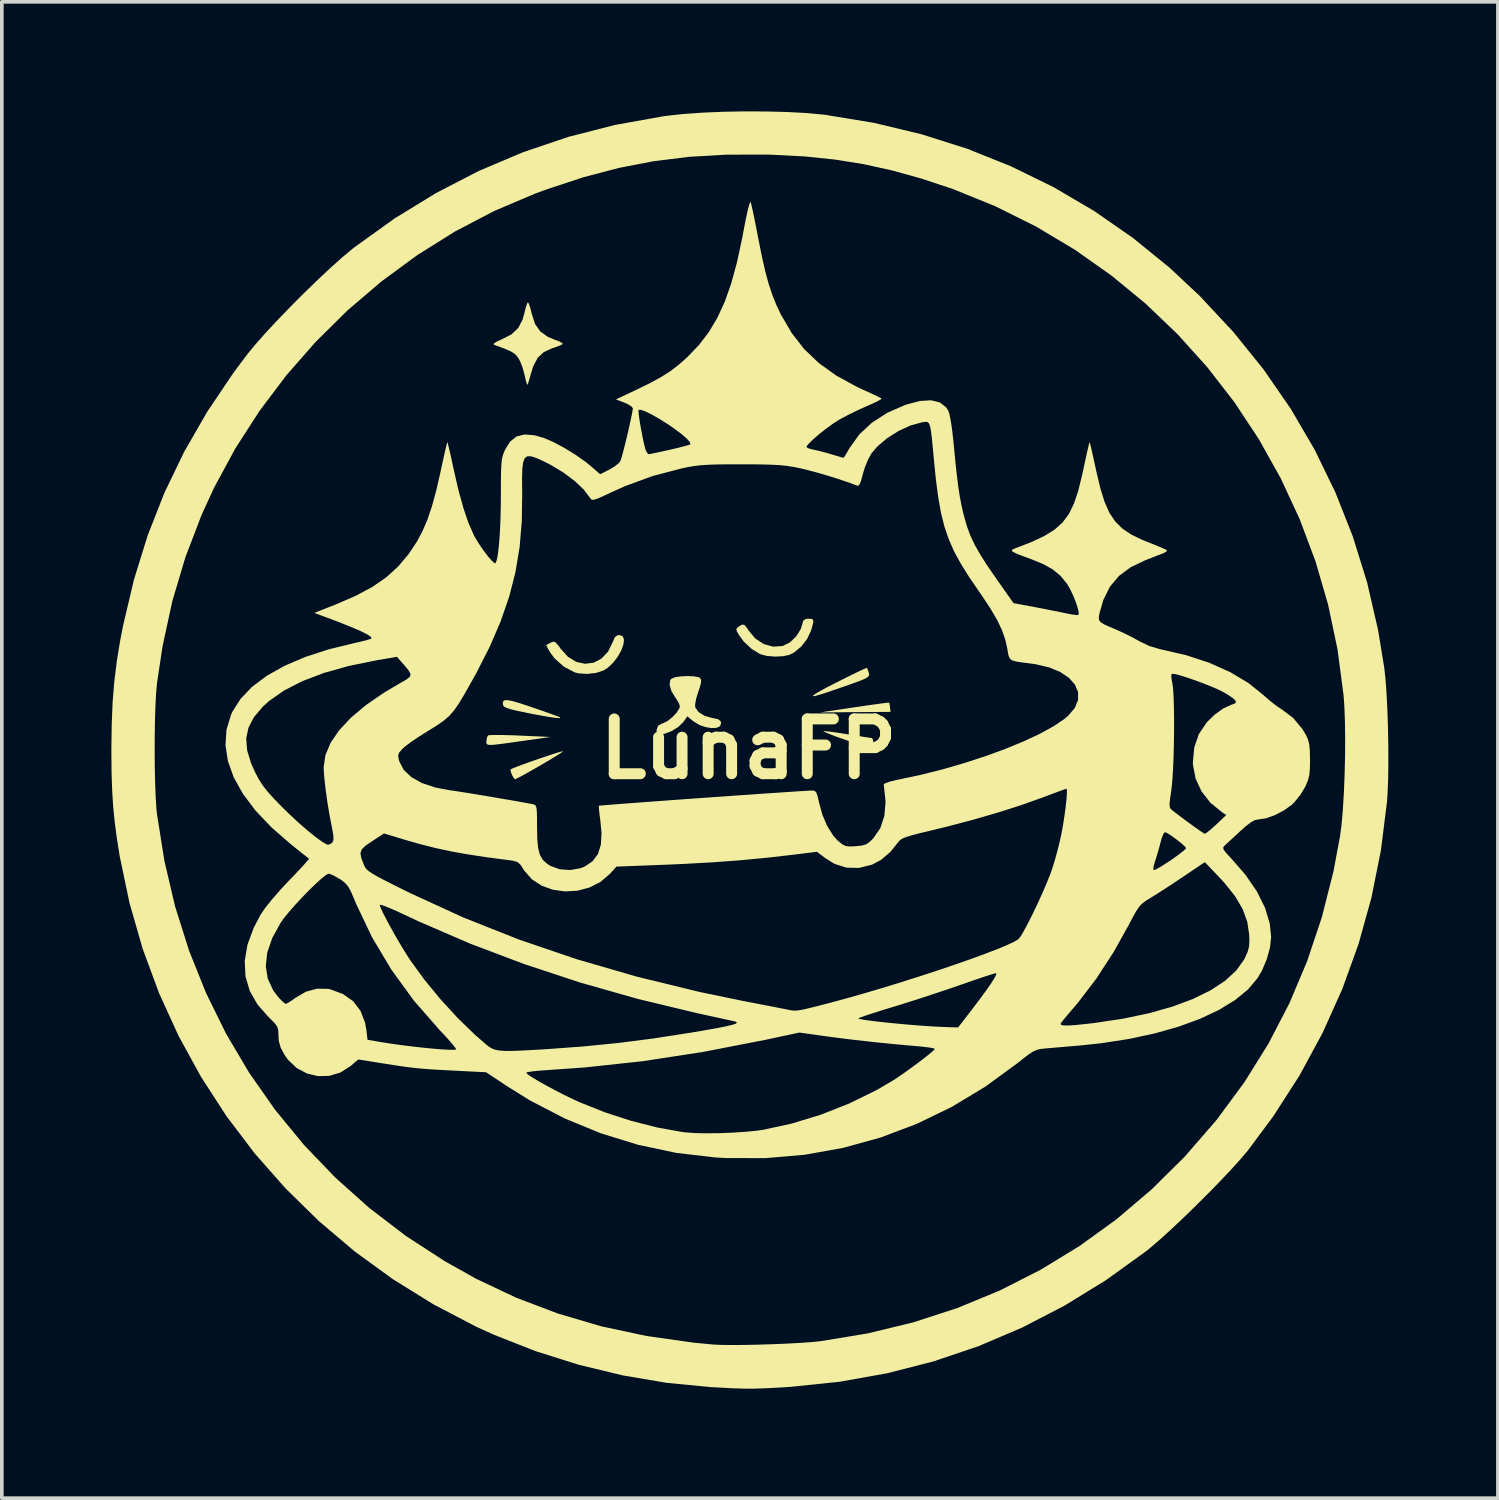
<source format=kicad_pcb>
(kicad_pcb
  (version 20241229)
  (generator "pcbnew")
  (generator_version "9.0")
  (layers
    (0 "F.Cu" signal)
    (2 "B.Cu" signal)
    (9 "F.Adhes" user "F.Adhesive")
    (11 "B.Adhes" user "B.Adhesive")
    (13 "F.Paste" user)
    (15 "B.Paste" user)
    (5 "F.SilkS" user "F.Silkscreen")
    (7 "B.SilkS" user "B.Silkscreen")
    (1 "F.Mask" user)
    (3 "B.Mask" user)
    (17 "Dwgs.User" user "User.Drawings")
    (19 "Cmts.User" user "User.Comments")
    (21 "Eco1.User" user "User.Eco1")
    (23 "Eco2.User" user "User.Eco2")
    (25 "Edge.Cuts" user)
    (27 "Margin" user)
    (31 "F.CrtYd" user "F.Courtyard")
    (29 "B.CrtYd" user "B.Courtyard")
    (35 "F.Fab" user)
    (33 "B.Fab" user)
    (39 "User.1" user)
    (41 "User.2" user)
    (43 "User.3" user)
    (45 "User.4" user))
  (footprint "LunaFP"
    (layer "F.Cu")
    (at 17.448 17.458)
    (property "Reference" "LunaFP" (at 0 0 0) (layer "F.SilkS") (effects (font (size 1.5 1.5) (thickness 0.3))))
    (attr board_only exclude_from_pos_files exclude_from_bom)
    (fp_poly (pts (xy 3.848 -1.268) (xy 3.862 -1.216) (xy 3.873 -1.136) (xy 3.887 -1.015) (xy 2.921 -1.008) (xy 1.956 -1) (xy 2.896 -1.14) (xy 3.188 -1.183) (xy 3.445 -1.219) (xy 3.65 -1.247) (xy 3.789 -1.264) (xy 3.847 -1.269)) (stroke (width 0) (type solid)) (fill yes) (layer "F.SilkS"))
    (fp_poly (pts (xy -6.71 -0.381) (xy -6.455 -0.374) (xy -6.25 -0.365) (xy -5.422 -0.328) (xy -6.214 -0.216) (xy -6.544 -0.169) (xy -6.789 -0.136) (xy -6.961 -0.116) (xy -7.074 -0.109) (xy -7.139 -0.116) (xy -7.17 -0.137) (xy -7.179 -0.172) (xy -7.179 -0.22) (xy -7.179 -0.22) (xy -7.161 -0.325) (xy -7.129 -0.372) (xy -7.065 -0.38) (xy -6.92 -0.383)) (stroke (width 0) (type solid)) (fill yes) (layer "F.SilkS"))
    (fp_poly (pts (xy -6.5 -1.319) (xy -6.306 -1.265) (xy -6.035 -1.177) (xy -5.913 -1.135) (xy -5.66 -1.047) (xy -5.441 -0.97) (xy -5.274 -0.909) (xy -5.174 -0.871) (xy -5.153 -0.861) (xy -5.17 -0.844) (xy -5.281 -0.85) (xy -5.483 -0.879) (xy -5.774 -0.931) (xy -6.04 -0.982) (xy -6.315 -1.039) (xy -6.507 -1.085) (xy -6.63 -1.124) (xy -6.697 -1.161) (xy -6.724 -1.202) (xy -6.725 -1.207) (xy -6.73 -1.282) (xy -6.701 -1.326) (xy -6.628 -1.339)) (stroke (width 0) (type solid)) (fill yes) (layer "F.SilkS"))
    (fp_poly (pts (xy -5.083 0.063) (xy -5.111 0.09) (xy -5.209 0.155) (xy -5.359 0.248) (xy -5.545 0.359) (xy -5.749 0.478) (xy -5.955 0.596) (xy -6.145 0.703) (xy -6.304 0.787) (xy -6.39 0.831) (xy -6.429 0.801) (xy -6.479 0.713) (xy -6.516 0.613) (xy -6.52 0.562) (xy -6.462 0.533) (xy -6.331 0.481) (xy -6.148 0.413) (xy -5.933 0.336) (xy -5.706 0.257) (xy -5.488 0.184) (xy -5.299 0.122) (xy -5.158 0.079) (xy -5.087 0.063)) (stroke (width 0) (type solid)) (fill yes) (layer "F.SilkS"))
    (fp_poly (pts (xy 2.141 -0.484) (xy 2.301 -0.464) (xy 2.513 -0.433) (xy 2.748 -0.396) (xy 2.98 -0.358) (xy 3.176 -0.327) (xy 3.316 -0.306) (xy 3.379 -0.298) (xy 3.379 -0.298) (xy 3.407 -0.255) (xy 3.416 -0.176) (xy 3.403 -0.076) (xy 3.379 -0.034) (xy 3.322 -0.042) (xy 3.188 -0.078) (xy 2.996 -0.136) (xy 2.763 -0.212) (xy 2.649 -0.25) (xy 2.415 -0.332) (xy 2.229 -0.403) (xy 2.102 -0.455) (xy 2.049 -0.485) (xy 2.055 -0.49)) (stroke (width 0) (type solid)) (fill yes) (layer "F.SilkS"))
    (fp_poly (pts (xy 3.265 -2.165) (xy 3.29 -2.091) (xy 3.301 -2.044) (xy 3.294 -2.004) (xy 3.258 -1.965) (xy 3.181 -1.921) (xy 3.051 -1.866) (xy 2.857 -1.795) (xy 2.587 -1.7) (xy 2.407 -1.638) (xy 2.119 -1.54) (xy 1.918 -1.477) (xy 1.799 -1.446) (xy 1.758 -1.448) (xy 1.789 -1.482) (xy 1.872 -1.536) (xy 1.986 -1.601) (xy 2.151 -1.689) (xy 2.351 -1.792) (xy 2.566 -1.901) (xy 2.779 -2.007) (xy 2.97 -2.1) (xy 3.123 -2.172) (xy 3.219 -2.213) (xy 3.242 -2.219)) (stroke (width 0) (type solid)) (fill yes) (layer "F.SilkS"))
    (fp_poly (pts (xy -3.445 -3.085) (xy -3.412 -2.992) (xy -3.428 -2.857) (xy -3.487 -2.696) (xy -3.582 -2.527) (xy -3.704 -2.366) (xy -3.847 -2.23) (xy -3.966 -2.152) (xy -4.174 -2.082) (xy -4.422 -2.054) (xy -4.661 -2.07) (xy -4.766 -2.098) (xy -5.059 -2.254) (xy -5.312 -2.48) (xy -5.427 -2.633) (xy -5.497 -2.751) (xy -5.535 -2.829) (xy -5.537 -2.845) (xy -5.485 -2.875) (xy -5.412 -2.915) (xy -5.343 -2.939) (xy -5.285 -2.918) (xy -5.213 -2.837) (xy -5.149 -2.748) (xy -4.946 -2.523) (xy -4.718 -2.385) (xy -4.48 -2.332) (xy -4.245 -2.361) (xy -4.031 -2.472) (xy -3.85 -2.662) (xy -3.719 -2.93) (xy -3.717 -2.934) (xy -3.661 -3.06) (xy -3.591 -3.113) (xy -3.536 -3.119)) (stroke (width 0) (type solid)) (fill yes) (layer "F.SilkS"))
    (fp_poly (pts (xy 1.726 -3.561) (xy 1.768 -3.536) (xy 1.771 -3.467) (xy 1.738 -3.336) (xy 1.71 -3.239) (xy 1.605 -3.015) (xy 1.443 -2.806) (xy 1.249 -2.643) (xy 1.123 -2.578) (xy 0.941 -2.539) (xy 0.715 -2.529) (xy 0.491 -2.549) (xy 0.322 -2.594) (xy 0.085 -2.738) (xy -0.133 -2.942) (xy -0.253 -3.104) (xy -0.32 -3.218) (xy -0.335 -3.281) (xy -0.301 -3.326) (xy -0.271 -3.349) (xy -0.182 -3.403) (xy -0.118 -3.398) (xy -0.05 -3.322) (xy -0.001 -3.244) (xy 0.185 -3.023) (xy 0.415 -2.872) (xy 0.669 -2.801) (xy 0.928 -2.819) (xy 0.937 -2.821) (xy 1.13 -2.917) (xy 1.302 -3.08) (xy 1.426 -3.278) (xy 1.466 -3.403) (xy 1.5 -3.516) (xy 1.566 -3.559) (xy 1.639 -3.565)) (stroke (width 0) (type solid)) (fill yes) (layer "F.SilkS"))
    (fp_poly (pts (xy -6.013 -12.185) (xy -5.975 -12.07) (xy -5.94 -11.925) (xy -5.849 -11.641) (xy -5.705 -11.433) (xy -5.495 -11.283) (xy -5.326 -11.213) (xy -5.186 -11.159) (xy -5.101 -11.112) (xy -5.088 -11.087) (xy -5.152 -11.054) (xy -5.279 -11.005) (xy -5.385 -10.969) (xy -5.608 -10.866) (xy -5.773 -10.712) (xy -5.893 -10.489) (xy -5.959 -10.281) (xy -6.002 -10.125) (xy -6.037 -10.011) (xy -6.055 -9.97) (xy -6.075 -10.003) (xy -6.105 -10.109) (xy -6.134 -10.242) (xy -6.186 -10.435) (xy -6.256 -10.615) (xy -6.303 -10.701) (xy -6.361 -10.777) (xy -6.432 -10.839) (xy -6.534 -10.898) (xy -6.686 -10.963) (xy -6.909 -11.045) (xy -6.98 -11.071) (xy -6.98 -11.1) (xy -6.897 -11.153) (xy -6.758 -11.216) (xy -6.492 -11.353) (xy -6.308 -11.527) (xy -6.188 -11.757) (xy -6.139 -11.936) (xy -6.101 -12.09) (xy -6.064 -12.197) (xy -6.041 -12.23)) (stroke (width 0) (type solid)) (fill yes) (layer "F.SilkS"))
    (fp_poly (pts (xy -1.507 -1.989) (xy -1.375 -1.966) (xy -1.328 -1.942) (xy -1.299 -1.889) (xy -1.304 -1.803) (xy -1.344 -1.661) (xy -1.379 -1.56) (xy -1.437 -1.37) (xy -1.464 -1.216) (xy -1.461 -1.139) (xy -1.372 -1.011) (xy -1.209 -0.909) (xy -0.994 -0.847) (xy -0.971 -0.844) (xy -0.833 -0.814) (xy -0.768 -0.761) (xy -0.752 -0.712) (xy -0.779 -0.625) (xy -0.874 -0.579) (xy -1.016 -0.571) (xy -1.184 -0.599) (xy -1.358 -0.662) (xy -1.515 -0.759) (xy -1.529 -0.77) (xy -1.675 -0.893) (xy -1.786 -0.738) (xy -1.923 -0.603) (xy -2.111 -0.487) (xy -2.308 -0.413) (xy -2.417 -0.397) (xy -2.499 -0.413) (xy -2.52 -0.482) (xy -2.516 -0.529) (xy -2.478 -0.635) (xy -2.376 -0.694) (xy -2.345 -0.703) (xy -2.22 -0.763) (xy -2.086 -0.871) (xy -1.968 -0.997) (xy -1.894 -1.116) (xy -1.881 -1.169) (xy -1.91 -1.254) (xy -1.981 -1.373) (xy -2.005 -1.406) (xy -2.113 -1.585) (xy -2.162 -1.75) (xy -2.147 -1.879) (xy -2.112 -1.924) (xy -2.017 -1.963) (xy -1.861 -1.987) (xy -1.68 -1.996)) (stroke (width 0) (type solid)) (fill yes) (layer "F.SilkS"))
    (fp_poly (pts (xy 0.463 -17.456) (xy 1.029 -17.442) (xy 1.549 -17.415) (xy 2 -17.375) (xy 2.104 -17.363) (xy 3.437 -17.143) (xy 4.731 -16.833) (xy 5.984 -16.436) (xy 7.192 -15.951) (xy 8.355 -15.381) (xy 9.468 -14.727) (xy 10.53 -13.989) (xy 11.538 -13.169) (xy 12.355 -12.403) (xy 13.273 -11.419) (xy 14.104 -10.389) (xy 14.847 -9.312) (xy 15.503 -8.19) (xy 16.069 -7.024) (xy 16.547 -5.814) (xy 16.936 -4.562) (xy 17.235 -3.268) (xy 17.406 -2.228) (xy 17.441 -1.912) (xy 17.469 -1.519) (xy 17.492 -1.072) (xy 17.508 -0.593) (xy 17.517 -0.104) (xy 17.519 0.374) (xy 17.513 0.817) (xy 17.498 1.203) (xy 17.482 1.441) (xy 17.315 2.776) (xy 17.054 4.078) (xy 16.7 5.348) (xy 16.254 6.582) (xy 15.716 7.779) (xy 15.088 8.938) (xy 14.369 10.057) (xy 13.674 10.992) (xy 13.478 11.225) (xy 13.222 11.508) (xy 12.921 11.827) (xy 12.589 12.167) (xy 12.242 12.513) (xy 11.894 12.851) (xy 11.559 13.166) (xy 11.254 13.443) (xy 10.991 13.668) (xy 10.881 13.756) (xy 9.788 14.544) (xy 8.658 15.24) (xy 7.494 15.843) (xy 6.295 16.354) (xy 5.061 16.771) (xy 3.793 17.096) (xy 2.491 17.328) (xy 1.154 17.467) (xy 0.99 17.478) (xy 0.652 17.497) (xy 0.375 17.51) (xy 0.135 17.517) (xy -0.096 17.517) (xy -0.344 17.51) (xy -0.636 17.496) (xy -0.997 17.476) (xy -1.04 17.474) (xy -2.239 17.358) (xy -3.45 17.153) (xy -4.654 16.862) (xy -5.835 16.489) (xy -6.975 16.04) (xy -7.466 15.817) (xy -8.632 15.207) (xy -9.741 14.519) (xy -10.787 13.758) (xy -11.769 12.926) (xy -12.684 12.028) (xy -13.529 11.069) (xy -14.3 10.05) (xy -14.994 8.978) (xy -15.61 7.855) (xy -16.143 6.686) (xy -16.591 5.473) (xy -16.951 4.222) (xy -17.22 2.937) (xy -17.227 2.896) (xy -17.302 2.42) (xy -17.359 1.985) (xy -17.4 1.563) (xy -17.427 1.129) (xy -17.443 0.655) (xy -17.448 0.114) (xy -17.448 0.092) (xy -16.263 0.092) (xy -16.259 0.541) (xy -16.249 0.964) (xy -16.234 1.341) (xy -16.213 1.652) (xy -16.2 1.782) (xy -15.996 3.066) (xy -15.703 4.313) (xy -15.322 5.521) (xy -14.855 6.685) (xy -14.305 7.802) (xy -13.674 8.869) (xy -12.964 9.882) (xy -12.179 10.838) (xy -11.319 11.734) (xy -10.389 12.566) (xy -9.389 13.331) (xy -8.322 14.025) (xy -7.458 14.509) (xy -6.362 15.027) (xy -5.221 15.46) (xy -4.032 15.81) (xy -2.793 16.075) (xy -1.503 16.258) (xy -0.965 16.309) (xy -0.75 16.319) (xy -0.458 16.322) (xy -0.109 16.32) (xy 0.275 16.312) (xy 0.673 16.299) (xy 1.063 16.283) (xy 1.425 16.263) (xy 1.736 16.241) (xy 1.976 16.216) (xy 3.262 16.004) (xy 4.508 15.702) (xy 5.714 15.31) (xy 6.875 14.831) (xy 7.99 14.265) (xy 9.057 13.614) (xy 10.073 12.88) (xy 11.035 12.062) (xy 11.943 11.163) (xy 12.792 10.185) (xy 12.836 10.13) (xy 13.579 9.123) (xy 14.236 8.068) (xy 14.808 6.966) (xy 15.294 5.814) (xy 15.696 4.612) (xy 16.014 3.358) (xy 16.195 2.394) (xy 16.237 2.072) (xy 16.272 1.672) (xy 16.3 1.216) (xy 16.32 0.725) (xy 16.333 0.22) (xy 16.336 -0.278) (xy 16.33 -0.748) (xy 16.314 -1.167) (xy 16.292 -1.473) (xy 16.126 -2.729) (xy 15.868 -3.954) (xy 15.521 -5.145) (xy 15.088 -6.298) (xy 14.572 -7.409) (xy 13.977 -8.474) (xy 13.307 -9.489) (xy 12.563 -10.45) (xy 11.75 -11.353) (xy 10.871 -12.194) (xy 9.928 -12.969) (xy 8.926 -13.675) (xy 7.867 -14.307) (xy 6.754 -14.861) (xy 5.592 -15.333) (xy 4.74 -15.616) (xy 3.933 -15.84) (xy 3.15 -16.013) (xy 2.362 -16.139) (xy 1.543 -16.224) (xy 0.663 -16.27) (xy 0.463 -16.275) (xy -0.612 -16.273) (xy -1.625 -16.214) (xy -2.599 -16.094) (xy -3.556 -15.909) (xy -4.518 -15.656) (xy -5.508 -15.33) (xy -5.867 -15.198) (xy -6.973 -14.727) (xy -8.043 -14.167) (xy -9.071 -13.523) (xy -10.053 -12.802) (xy -10.982 -12.009) (xy -11.853 -11.148) (xy -12.66 -10.227) (xy -13.396 -9.25) (xy -14.057 -8.223) (xy -14.637 -7.151) (xy -14.977 -6.411) (xy -15.422 -5.248) (xy -15.779 -4.048) (xy -16.048 -2.806) (xy -16.198 -1.807) (xy -16.222 -1.542) (xy -16.241 -1.199) (xy -16.254 -0.798) (xy -16.261 -0.361) (xy -16.263 0.092) (xy -17.448 0.092) (xy -17.448 0) (xy -17.439 -0.676) (xy -17.414 -1.283) (xy -17.368 -1.849) (xy -17.3 -2.402) (xy -17.207 -2.97) (xy -17.129 -3.372) (xy -16.829 -4.64) (xy -16.453 -5.851) (xy -15.997 -7.012) (xy -15.457 -8.133) (xy -14.829 -9.225) (xy -14.109 -10.295) (xy -13.736 -10.794) (xy -13.518 -11.061) (xy -13.24 -11.376) (xy -12.915 -11.726) (xy -12.56 -12.094) (xy -12.19 -12.466) (xy -11.818 -12.826) (xy -11.462 -13.161) (xy -11.134 -13.454) (xy -10.851 -13.691) (xy -10.794 -13.736) (xy -9.697 -14.524) (xy -8.562 -15.22) (xy -7.391 -15.825) (xy -6.182 -16.338) (xy -4.938 -16.759) (xy -3.657 -17.087) (xy -2.342 -17.323) (xy -2.224 -17.339) (xy -1.783 -17.387) (xy -1.271 -17.423) (xy -0.71 -17.447) (xy -0.124 -17.458)) (stroke (width 0) (type solid)) (fill yes) (layer "F.SilkS"))
    (fp_poly (pts (xy 0.058 -14.969) (xy 0.079 -14.894) (xy 0.114 -14.737) (xy 0.16 -14.518) (xy 0.213 -14.252) (xy 0.27 -13.957) (xy 0.27 -13.956) (xy 0.367 -13.475) (xy 0.458 -13.073) (xy 0.551 -12.731) (xy 0.651 -12.431) (xy 0.763 -12.153) (xy 0.885 -11.895) (xy 1.178 -11.392) (xy 1.52 -10.952) (xy 1.923 -10.567) (xy 2.398 -10.226) (xy 2.956 -9.92) (xy 3.152 -9.828) (xy 3.348 -9.739) (xy 3.509 -9.663) (xy 3.613 -9.611) (xy 3.643 -9.594) (xy 3.611 -9.565) (xy 3.506 -9.509) (xy 3.347 -9.435) (xy 3.232 -9.385) (xy 2.99 -9.276) (xy 2.735 -9.151) (xy 2.513 -9.033) (xy 2.468 -9.007) (xy 2.305 -8.902) (xy 2.125 -8.772) (xy 1.945 -8.63) (xy 1.785 -8.493) (xy 1.661 -8.375) (xy 1.592 -8.292) (xy 1.584 -8.269) (xy 1.628 -8.236) (xy 1.736 -8.204) (xy 1.77 -8.197) (xy 1.919 -8.164) (xy 2.114 -8.113) (xy 2.27 -8.067) (xy 2.432 -8.019) (xy 2.55 -7.984) (xy 2.6 -7.972) (xy 2.63 -8.011) (xy 2.693 -8.114) (xy 2.771 -8.249) (xy 3.032 -8.613) (xy 3.377 -8.933) (xy 3.795 -9.203) (xy 4.28 -9.416) (xy 4.336 -9.435) (xy 4.697 -9.529) (xy 4.996 -9.547) (xy 5.233 -9.49) (xy 5.406 -9.359) (xy 5.47 -9.261) (xy 5.504 -9.152) (xy 5.541 -8.96) (xy 5.578 -8.699) (xy 5.613 -8.385) (xy 5.62 -8.309) (xy 5.664 -7.85) (xy 5.705 -7.473) (xy 5.745 -7.16) (xy 5.787 -6.894) (xy 5.833 -6.656) (xy 5.885 -6.431) (xy 5.903 -6.362) (xy 5.981 -6.091) (xy 6.074 -5.84) (xy 6.191 -5.592) (xy 6.342 -5.325) (xy 6.536 -5.02) (xy 6.769 -4.683) (xy 7.254 -3.993) (xy 7.848 -3.882) (xy 8.112 -3.831) (xy 8.371 -3.78) (xy 8.592 -3.735) (xy 8.725 -3.707) (xy 8.881 -3.678) (xy 8.995 -3.666) (xy 9.035 -3.671) (xy 9.041 -3.738) (xy 9.011 -3.868) (xy 8.954 -4.038) (xy 8.879 -4.221) (xy 8.795 -4.394) (xy 8.717 -4.526) (xy 8.543 -4.739) (xy 8.333 -4.913) (xy 8.066 -5.063) (xy 7.739 -5.197) (xy 7.49 -5.288) (xy 7.324 -5.354) (xy 7.232 -5.4) (xy 7.203 -5.434) (xy 7.228 -5.462) (xy 7.297 -5.492) (xy 7.303 -5.494) (xy 7.741 -5.664) (xy 8.094 -5.829) (xy 8.376 -6.003) (xy 8.598 -6.201) (xy 8.772 -6.436) (xy 8.912 -6.723) (xy 9.029 -7.076) (xy 9.135 -7.509) (xy 9.168 -7.662) (xy 9.223 -7.919) (xy 9.271 -8.136) (xy 9.309 -8.299) (xy 9.333 -8.389) (xy 9.339 -8.403) (xy 9.354 -8.352) (xy 9.385 -8.221) (xy 9.429 -8.026) (xy 9.483 -7.783) (xy 9.526 -7.585) (xy 9.634 -7.131) (xy 9.749 -6.763) (xy 9.881 -6.466) (xy 10.04 -6.228) (xy 10.235 -6.034) (xy 10.477 -5.872) (xy 10.775 -5.727) (xy 10.931 -5.664) (xy 11.135 -5.584) (xy 11.304 -5.513) (xy 11.418 -5.463) (xy 11.453 -5.444) (xy 11.441 -5.406) (xy 11.36 -5.36) (xy 11.354 -5.357) (xy 11.238 -5.313) (xy 11.066 -5.246) (xy 10.875 -5.172) (xy 10.868 -5.17) (xy 10.461 -4.975) (xy 10.139 -4.735) (xy 9.893 -4.44) (xy 9.714 -4.081) (xy 9.612 -3.727) (xy 9.591 -3.617) (xy 9.594 -3.538) (xy 9.634 -3.476) (xy 9.728 -3.415) (xy 9.888 -3.342) (xy 10.05 -3.274) (xy 10.274 -3.173) (xy 10.505 -3.058) (xy 10.693 -2.954) (xy 10.694 -2.953) (xy 10.971 -2.819) (xy 11.272 -2.73) (xy 11.289 -2.727) (xy 11.98 -2.568) (xy 12.617 -2.359) (xy 13.189 -2.103) (xy 13.687 -1.806) (xy 14.086 -1.485) (xy 14.261 -1.331) (xy 14.445 -1.187) (xy 14.6 -1.082) (xy 14.612 -1.075) (xy 14.914 -0.847) (xy 15.168 -0.541) (xy 15.262 -0.382) (xy 15.317 -0.262) (xy 15.351 -0.134) (xy 15.368 0.03) (xy 15.373 0.26) (xy 15.374 0.297) (xy 15.37 0.533) (xy 15.356 0.703) (xy 15.324 0.84) (xy 15.269 0.978) (xy 15.235 1.05) (xy 15.11 1.255) (xy 14.952 1.451) (xy 14.871 1.531) (xy 14.661 1.683) (xy 14.415 1.811) (xy 14.169 1.899) (xy 13.959 1.931) (xy 13.865 1.949) (xy 13.754 2.009) (xy 13.608 2.122) (xy 13.453 2.261) (xy 13.292 2.41) (xy 13.152 2.539) (xy 13.053 2.63) (xy 13.024 2.657) (xy 12.995 2.7) (xy 13.008 2.757) (xy 13.074 2.845) (xy 13.202 2.983) (xy 13.203 2.983) (xy 13.604 3.443) (xy 13.918 3.9) (xy 14.142 4.349) (xy 14.272 4.786) (xy 14.309 5.155) (xy 14.277 5.44) (xy 14.189 5.758) (xy 14.058 6.069) (xy 13.937 6.276) (xy 13.673 6.588) (xy 13.318 6.879) (xy 12.878 7.147) (xy 12.361 7.39) (xy 11.774 7.605) (xy 11.122 7.79) (xy 10.412 7.942) (xy 9.651 8.059) (xy 9.067 8.121) (xy 8.794 8.144) (xy 8.524 8.167) (xy 8.291 8.187) (xy 8.138 8.2) (xy 8.004 8.214) (xy 7.897 8.239) (xy 7.792 8.285) (xy 7.67 8.365) (xy 7.508 8.488) (xy 7.371 8.598) (xy 6.488 9.244) (xy 5.564 9.801) (xy 4.602 10.268) (xy 3.607 10.643) (xy 2.582 10.925) (xy 1.53 11.113) (xy 0.457 11.205) (xy -0.634 11.202) (xy -0.921 11.185) (xy -1.98 11.061) (xy -3.023 10.84) (xy -4.042 10.526) (xy -5.031 10.12) (xy -5.983 9.626) (xy -6.591 9.249) (xy -7.169 8.866) (xy -6.09 8.866) (xy -6.048 8.91) (xy -5.933 8.988) (xy -5.761 9.092) (xy -5.547 9.212) (xy -5.308 9.341) (xy -5.059 9.469) (xy -4.817 9.587) (xy -4.62 9.677) (xy -3.932 9.951) (xy -3.217 10.183) (xy -2.505 10.365) (xy -1.829 10.487) (xy -1.749 10.497) (xy -1.501 10.517) (xy -1.183 10.525) (xy -0.822 10.521) (xy -0.448 10.507) (xy -0.088 10.484) (xy 0.229 10.453) (xy 0.396 10.429) (xy 1.183 10.258) (xy 1.983 10.013) (xy 2.766 9.704) (xy 3.503 9.342) (xy 3.961 9.074) (xy 4.123 8.967) (xy 4.312 8.835) (xy 4.512 8.69) (xy 4.706 8.545) (xy 4.877 8.413) (xy 5.01 8.305) (xy 5.087 8.234) (xy 5.1 8.215) (xy 5.054 8.195) (xy 4.933 8.173) (xy 4.759 8.152) (xy 4.691 8.146) (xy 4.074 8.091) (xy 3.444 8.028) (xy 2.836 7.96) (xy 2.283 7.89) (xy 2.119 7.868) (xy 1.391 7.766) (xy 0.46 7.965) (xy -1.242 8.296) (xy -2.89 8.549) (xy -4.49 8.722) (xy -5.484 8.792) (xy -5.715 8.808) (xy -5.906 8.827) (xy -6.037 8.847) (xy -6.09 8.865) (xy -6.09 8.866) (xy -7.169 8.866) (xy -7.189 8.853) (xy -8.038 8.81) (xy -8.404 8.791) (xy -8.697 8.774) (xy -8.943 8.755) (xy -9.168 8.733) (xy -9.398 8.704) (xy -9.659 8.666) (xy -9.977 8.616) (xy -10.035 8.607) (xy -10.688 8.503) (xy -10.899 8.684) (xy -11.177 8.861) (xy -11.48 8.952) (xy -11.792 8.959) (xy -12.096 8.886) (xy -12.375 8.736) (xy -12.613 8.511) (xy -12.712 8.368) (xy -12.815 8.172) (xy -12.863 8) (xy -12.873 7.849) (xy -12.878 7.714) (xy -12.902 7.616) (xy -12.962 7.525) (xy -13.073 7.41) (xy -13.138 7.348) (xy -13.446 7) (xy -13.659 6.627) (xy -13.776 6.229) (xy -13.79 5.947) (xy -13.22 5.947) (xy -13.165 6.294) (xy -13.014 6.615) (xy -12.875 6.799) (xy -12.773 6.905) (xy -12.694 6.971) (xy -12.671 6.981) (xy -12.61 6.953) (xy -12.499 6.881) (xy -12.407 6.814) (xy -12.121 6.647) (xy -11.818 6.564) (xy -11.518 6.569) (xy -11.453 6.582) (xy -11.103 6.713) (xy -10.827 6.909) (xy -10.627 7.17) (xy -10.502 7.494) (xy -10.466 7.692) (xy -10.434 7.964) (xy -10.131 8.016) (xy -9.841 8.063) (xy -9.526 8.107) (xy -9.202 8.148) (xy -8.886 8.183) (xy -8.595 8.211) (xy -8.344 8.23) (xy -8.151 8.239) (xy -8.032 8.236) (xy -8.007 8.23) (xy -8.026 8.19) (xy -8.102 8.092) (xy -8.226 7.949) (xy -8.386 7.774) (xy -8.465 7.692) (xy -9.165 6.891) (xy -9.782 6.043) (xy -10.312 5.154) (xy -10.733 4.27) (xy -10.101 4.27) (xy -10.076 4.346) (xy -10.01 4.49) (xy -9.91 4.684) (xy -9.787 4.911) (xy -9.65 5.154) (xy -9.509 5.395) (xy -9.372 5.618) (xy -9.265 5.784) (xy -8.881 6.313) (xy -8.442 6.848) (xy -7.971 7.361) (xy -7.494 7.825) (xy -7.187 8.092) (xy -7.107 8.154) (xy -7.029 8.202) (xy -6.939 8.236) (xy -6.825 8.258) (xy -6.675 8.269) (xy -6.474 8.269) (xy -6.212 8.259) (xy -5.874 8.241) (xy -5.521 8.22) (xy -4.532 8.147) (xy -3.575 8.052) (xy -2.613 7.929) (xy -1.608 7.773) (xy -1.263 7.715) (xy -0.903 7.651) (xy -0.635 7.599) (xy -0.453 7.556) (xy -0.349 7.522) (xy -0.317 7.493) (xy -0.352 7.469) (xy -0.401 7.456) (xy -0.486 7.437) (xy -0.65 7.401) (xy -0.765 7.376) (xy 3.005 7.376) (xy 3.037 7.393) (xy 3.152 7.416) (xy 3.338 7.442) (xy 3.578 7.471) (xy 3.858 7.501) (xy 4.164 7.53) (xy 4.48 7.558) (xy 4.792 7.582) (xy 5.086 7.601) (xy 5.347 7.614) (xy 5.456 7.618) (xy 5.738 7.625) (xy 5.824 7.514) (xy 8.548 7.514) (xy 8.55 7.55) (xy 8.614 7.57) (xy 8.75 7.573) (xy 8.963 7.559) (xy 9.262 7.528) (xy 9.49 7.501) (xy 10.263 7.385) (xy 10.97 7.236) (xy 11.606 7.056) (xy 12.166 6.847) (xy 12.647 6.612) (xy 13.045 6.351) (xy 13.354 6.067) (xy 13.571 5.762) (xy 13.594 5.716) (xy 13.666 5.555) (xy 13.703 5.414) (xy 13.713 5.249) (xy 13.708 5.085) (xy 13.655 4.73) (xy 13.528 4.384) (xy 13.323 4.034) (xy 13.031 3.668) (xy 12.903 3.529) (xy 12.493 3.1) (xy 11.903 3.497) (xy 11.659 3.66) (xy 11.414 3.821) (xy 11.193 3.962) (xy 11.024 4.068) (xy 11.004 4.08) (xy 10.87 4.163) (xy 10.77 4.24) (xy 10.687 4.331) (xy 10.605 4.456) (xy 10.506 4.635) (xy 10.424 4.794) (xy 9.998 5.558) (xy 9.528 6.281) (xy 9.029 6.936) (xy 8.886 7.105) (xy 8.75 7.264) (xy 8.636 7.4) (xy 8.563 7.491) (xy 8.548 7.514) (xy 5.824 7.514) (xy 6.054 7.216) (xy 6.31 6.88) (xy 6.514 6.602) (xy 6.663 6.386) (xy 6.755 6.235) (xy 6.786 6.154) (xy 6.775 6.14) (xy 6.71 6.156) (xy 6.566 6.2) (xy 6.361 6.268) (xy 6.11 6.353) (xy 5.828 6.452) (xy 5.808 6.459) (xy 5.441 6.585) (xy 5.019 6.726) (xy 4.583 6.868) (xy 4.175 6.997) (xy 3.976 7.058) (xy 3.687 7.146) (xy 3.431 7.227) (xy 3.222 7.295) (xy 3.075 7.346) (xy 3.007 7.374) (xy 3.005 7.376) (xy -0.765 7.376) (xy -0.875 7.352) (xy -1.145 7.293) (xy -1.436 7.229) (xy -3.036 6.844) (xy -4.61 6.397) (xy -6.143 5.891) (xy -7.621 5.332) (xy -9.028 4.725) (xy -9.395 4.552) (xy -9.634 4.442) (xy -9.838 4.353) (xy -9.993 4.292) (xy -10.083 4.266) (xy -10.101 4.27) (xy -10.733 4.27) (xy -10.752 4.229) (xy -10.797 4.12) (xy -10.885 3.913) (xy -10.961 3.774) (xy -11.042 3.676) (xy -11.147 3.593) (xy -11.192 3.563) (xy -11.335 3.481) (xy -11.453 3.428) (xy -11.501 3.416) (xy -11.572 3.452) (xy -11.694 3.549) (xy -11.854 3.693) (xy -12.037 3.871) (xy -12.229 4.069) (xy -12.418 4.273) (xy -12.59 4.469) (xy -12.731 4.643) (xy -12.813 4.759) (xy -13.044 5.179) (xy -13.18 5.575) (xy -13.22 5.947) (xy -13.79 5.947) (xy -13.797 5.807) (xy -13.723 5.364) (xy -13.552 4.9) (xy -13.36 4.535) (xy -13.236 4.353) (xy -13.054 4.125) (xy -12.832 3.869) (xy -12.587 3.606) (xy -12.398 3.41) (xy -12.239 3.24) (xy -12.119 3.108) (xy -12.049 3.027) (xy -12.036 3.005) (xy -12.081 2.971) (xy -12.186 2.887) (xy -12.224 2.857) (xy -10.628 2.857) (xy -10.603 2.993) (xy -10.527 3.189) (xy -10.5 3.243) (xy -10.46 3.295) (xy -10.396 3.35) (xy -10.3 3.415) (xy -10.159 3.496) (xy -9.963 3.599) (xy -9.702 3.731) (xy -9.366 3.898) (xy -9.25 3.955) (xy -7.813 4.614) (xy -6.298 5.215) (xy -4.709 5.757) (xy -3.05 6.238) (xy -1.324 6.658) (xy -0.144 6.902) (xy 0.187 6.966) (xy 0.49 7.024) (xy 0.749 7.075) (xy 0.95 7.114) (xy 1.078 7.139) (xy 1.114 7.147) (xy 1.19 7.161) (xy 1.266 7.166) (xy 1.357 7.159) (xy 1.481 7.138) (xy 1.651 7.099) (xy 1.885 7.041) (xy 2.199 6.96) (xy 2.207 6.958) (xy 2.667 6.834) (xy 3.153 6.696) (xy 3.657 6.547) (xy 4.168 6.39) (xy 4.675 6.229) (xy 5.169 6.068) (xy 5.639 5.909) (xy 6.075 5.756) (xy 6.467 5.613) (xy 6.805 5.484) (xy 7.078 5.37) (xy 7.277 5.277) (xy 7.391 5.207) (xy 7.392 5.206) (xy 7.454 5.125) (xy 7.545 4.971) (xy 7.658 4.759) (xy 7.784 4.507) (xy 7.915 4.233) (xy 8.042 3.953) (xy 8.159 3.684) (xy 8.255 3.444) (xy 8.307 3.301) (xy 11.083 3.301) (xy 11.106 3.318) (xy 11.17 3.291) (xy 11.294 3.22) (xy 11.458 3.115) (xy 11.574 3.038) (xy 11.746 2.916) (xy 11.882 2.812) (xy 11.965 2.74) (xy 11.982 2.717) (xy 11.945 2.668) (xy 11.85 2.583) (xy 11.723 2.483) (xy 11.59 2.385) (xy 11.475 2.311) (xy 11.404 2.278) (xy 11.401 2.278) (xy 11.361 2.322) (xy 11.315 2.435) (xy 11.286 2.538) (xy 11.231 2.748) (xy 11.163 2.975) (xy 11.136 3.057) (xy 11.088 3.218) (xy 11.083 3.301) (xy 8.307 3.301) (xy 8.31 3.293) (xy 8.39 3.033) (xy 8.473 2.729) (xy 8.543 2.434) (xy 8.563 2.342) (xy 8.607 2.105) (xy 8.646 1.856) (xy 8.679 1.613) (xy 8.692 1.496) (xy 11.528 1.496) (xy 11.532 1.583) (xy 11.553 1.634) (xy 11.582 1.663) (xy 11.713 1.766) (xy 11.876 1.89) (xy 12.051 2.019) (xy 12.22 2.141) (xy 12.363 2.242) (xy 12.46 2.307) (xy 12.493 2.323) (xy 12.545 2.293) (xy 12.648 2.211) (xy 12.781 2.092) (xy 12.807 2.068) (xy 13.081 1.809) (xy 12.965 1.734) (xy 12.647 1.474) (xy 12.403 1.163) (xy 12.241 0.814) (xy 12.169 0.439) (xy 12.166 0.364) (xy 12.204 -0.043) (xy 12.33 -0.407) (xy 12.543 -0.724) (xy 12.547 -0.73) (xy 12.765 -0.942) (xy 12.997 -1.108) (xy 13.214 -1.209) (xy 13.243 -1.217) (xy 13.331 -1.254) (xy 13.345 -1.305) (xy 13.278 -1.379) (xy 13.127 -1.482) (xy 13.034 -1.538) (xy 12.888 -1.613) (xy 12.692 -1.7) (xy 12.466 -1.79) (xy 12.231 -1.878) (xy 12.006 -1.955) (xy 11.811 -2.016) (xy 11.666 -2.052) (xy 11.59 -2.057) (xy 11.587 -2.056) (xy 11.574 -1.997) (xy 11.587 -1.879) (xy 11.6 -1.82) (xy 11.621 -1.682) (xy 11.636 -1.464) (xy 11.646 -1.182) (xy 11.651 -0.854) (xy 11.651 -0.499) (xy 11.646 -0.133) (xy 11.637 0.225) (xy 11.623 0.557) (xy 11.605 0.846) (xy 11.583 1.074) (xy 11.575 1.134) (xy 11.543 1.353) (xy 11.528 1.496) (xy 8.692 1.496) (xy 8.703 1.397) (xy 8.716 1.225) (xy 8.715 1.117) (xy 8.704 1.089) (xy 8.652 1.106) (xy 8.524 1.152) (xy 8.339 1.221) (xy 8.113 1.306) (xy 8.033 1.336) (xy 7.473 1.536) (xy 6.836 1.739) (xy 6.147 1.939) (xy 5.429 2.128) (xy 5.01 2.23) (xy 4.697 2.305) (xy 4.468 2.365) (xy 4.307 2.415) (xy 4.202 2.459) (xy 4.138 2.503) (xy 4.11 2.536) (xy 3.885 2.818) (xy 3.629 3.037) (xy 3.385 3.167) (xy 3.023 3.258) (xy 2.68 3.251) (xy 2.355 3.148) (xy 2.101 2.99) (xy 1.872 2.816) (xy 1.245 2.894) (xy 0.502 2.979) (xy -0.234 3.049) (xy -0.994 3.105) (xy -1.806 3.15) (xy -2.275 3.17) (xy -3.618 3.222) (xy -3.799 3.422) (xy -4.058 3.644) (xy -4.36 3.796) (xy -4.689 3.882) (xy -5.028 3.901) (xy -5.36 3.855) (xy -5.668 3.743) (xy -5.934 3.569) (xy -6.143 3.331) (xy -6.168 3.291) (xy -6.251 3.164) (xy -6.332 3.095) (xy -6.45 3.061) (xy -6.55 3.047) (xy -7.153 2.968) (xy -7.678 2.889) (xy -8.146 2.805) (xy -8.578 2.712) (xy -8.997 2.606) (xy -9.377 2.497) (xy -9.983 2.314) (xy -10.316 2.531) (xy -10.494 2.653) (xy -10.595 2.753) (xy -10.628 2.857) (xy -12.224 2.857) (xy -12.339 2.766) (xy -12.522 2.619) (xy -12.539 2.605) (xy -13.064 2.148) (xy -13.499 1.69) (xy -13.844 1.233) (xy -14.097 0.78) (xy -14.257 0.334) (xy -14.324 -0.103) (xy -14.312 -0.286) (xy -13.756 -0.286) (xy -13.731 0.038) (xy -13.621 0.397) (xy -13.513 0.638) (xy -13.414 0.825) (xy -13.309 0.991) (xy -13.18 1.157) (xy -13.013 1.345) (xy -12.788 1.577) (xy -12.781 1.584) (xy -12.542 1.817) (xy -12.3 2.04) (xy -12.068 2.241) (xy -11.858 2.41) (xy -11.685 2.536) (xy -11.56 2.61) (xy -11.51 2.624) (xy -11.429 2.59) (xy -11.393 2.556) (xy -11.368 2.49) (xy -11.37 2.373) (xy -11.401 2.186) (xy -11.414 2.123) (xy -11.476 1.804) (xy -11.533 1.462) (xy -11.58 1.124) (xy -11.615 0.818) (xy -11.633 0.57) (xy -11.635 0.495) (xy -11.589 0.181) (xy -9.596 0.181) (xy -9.578 0.292) (xy -9.563 0.343) (xy -9.443 0.573) (xy -9.234 0.771) (xy -8.943 0.934) (xy -8.574 1.057) (xy -8.17 1.133) (xy -8 1.157) (xy -7.756 1.195) (xy -7.46 1.243) (xy -7.134 1.297) (xy -6.802 1.354) (xy -6.485 1.408) (xy -6.208 1.457) (xy -5.991 1.497) (xy -5.904 1.514) (xy -5.858 1.528) (xy -5.826 1.558) (xy -5.807 1.621) (xy -5.797 1.734) (xy -5.793 1.915) (xy -5.793 2.142) (xy -5.786 2.47) (xy -5.762 2.715) (xy -5.715 2.897) (xy -5.639 3.032) (xy -5.527 3.137) (xy -5.422 3.204) (xy -5.17 3.295) (xy -4.885 3.316) (xy -4.605 3.267) (xy -4.484 3.219) (xy -4.27 3.074) (xy -4.125 2.877) (xy -4.044 2.62) (xy -4.027 2.296) (xy -4.057 1.978) (xy -4.082 1.79) (xy -4.097 1.644) (xy -4.1 1.564) (xy -4.098 1.556) (xy -4.047 1.55) (xy -3.908 1.538) (xy -3.692 1.52) (xy -3.408 1.498) (xy -3.067 1.473) (xy -2.681 1.444) (xy -2.259 1.413) (xy -1.811 1.38) (xy -1.35 1.347) (xy -0.884 1.314) (xy -0.425 1.282) (xy 0.018 1.251) (xy 0.432 1.222) (xy 0.809 1.197) (xy 1.137 1.175) (xy 1.405 1.157) (xy 1.604 1.145) (xy 1.723 1.139) (xy 1.746 1.139) (xy 1.811 1.149) (xy 1.856 1.194) (xy 1.891 1.295) (xy 1.927 1.459) (xy 2.022 1.805) (xy 2.159 2.121) (xy 2.324 2.382) (xy 2.451 2.519) (xy 2.565 2.611) (xy 2.66 2.658) (xy 2.776 2.671) (xy 2.936 2.663) (xy 3.111 2.644) (xy 3.23 2.606) (xy 3.332 2.53) (xy 3.421 2.44) (xy 3.608 2.167) (xy 3.718 1.834) (xy 3.751 1.445) (xy 3.704 1.003) (xy 3.699 0.974) (xy 3.74 0.94) (xy 3.861 0.897) (xy 4.043 0.852) (xy 4.134 0.833) (xy 4.732 0.705) (xy 5.334 0.553) (xy 5.927 0.38) (xy 6.5 0.193) (xy 7.041 -0.005) (xy 7.537 -0.21) (xy 7.977 -0.416) (xy 8.349 -0.62) (xy 8.641 -0.816) (xy 8.751 -0.908) (xy 8.933 -1.124) (xy 9.022 -1.342) (xy 9.022 -1.557) (xy 8.938 -1.76) (xy 8.775 -1.945) (xy 8.538 -2.105) (xy 8.233 -2.232) (xy 7.863 -2.319) (xy 7.763 -2.334) (xy 7.507 -2.366) (xy 7.333 -2.393) (xy 7.221 -2.424) (xy 7.157 -2.47) (xy 7.122 -2.542) (xy 7.1 -2.65) (xy 7.083 -2.755) (xy 7.025 -3.008) (xy 6.936 -3.26) (xy 6.807 -3.529) (xy 6.631 -3.831) (xy 6.398 -4.184) (xy 6.313 -4.308) (xy 6.038 -4.71) (xy 5.811 -5.073) (xy 5.627 -5.411) (xy 5.48 -5.745) (xy 5.362 -6.091) (xy 5.268 -6.466) (xy 5.193 -6.889) (xy 5.129 -7.378) (xy 5.077 -7.897) (xy 5.044 -8.251) (xy 5.018 -8.517) (xy 4.994 -8.709) (xy 4.97 -8.837) (xy 4.941 -8.913) (xy 4.904 -8.95) (xy 4.854 -8.958) (xy 4.788 -8.949) (xy 4.738 -8.941) (xy 4.43 -8.856) (xy 4.106 -8.707) (xy 3.797 -8.511) (xy 3.531 -8.287) (xy 3.362 -8.089) (xy 3.269 -7.918) (xy 3.181 -7.701) (xy 3.128 -7.524) (xy 3.079 -7.34) (xy 3.037 -7.239) (xy 2.995 -7.206) (xy 2.971 -7.21) (xy 2.751 -7.293) (xy 2.467 -7.389) (xy 2.15 -7.488) (xy 1.832 -7.58) (xy 1.545 -7.655) (xy 1.414 -7.686) (xy 1.231 -7.722) (xy 1.057 -7.75) (xy 0.872 -7.77) (xy 0.657 -7.782) (xy 0.393 -7.79) (xy 0.062 -7.794) (xy -0.198 -7.794) (xy -0.579 -7.794) (xy -0.88 -7.79) (xy -1.121 -7.781) (xy -1.32 -7.767) (xy -1.497 -7.746) (xy -1.67 -7.716) (xy -1.832 -7.682) (xy -2.625 -7.474) (xy -3.375 -7.199) (xy -3.763 -7.025) (xy -3.987 -6.92) (xy -4.139 -6.854) (xy -4.234 -6.824) (xy -4.291 -6.823) (xy -4.324 -6.849) (xy -4.332 -6.863) (xy -4.507 -7.096) (xy -4.76 -7.336) (xy -5.073 -7.571) (xy -5.428 -7.784) (xy -5.609 -7.875) (xy -5.8 -7.962) (xy -5.946 -8.011) (xy -6.053 -8.016) (xy -6.126 -7.966) (xy -6.172 -7.853) (xy -6.196 -7.669) (xy -6.203 -7.404) (xy -6.2 -7.051) (xy -6.199 -6.986) (xy -6.21 -6.238) (xy -6.269 -5.531) (xy -6.382 -4.849) (xy -6.553 -4.177) (xy -6.786 -3.501) (xy -7.085 -2.805) (xy -7.456 -2.075) (xy -7.777 -1.504) (xy -7.928 -1.253) (xy -8.059 -1.063) (xy -8.19 -0.911) (xy -8.344 -0.777) (xy -8.541 -0.639) (xy -8.803 -0.476) (xy -8.813 -0.47) (xy -9.031 -0.334) (xy -9.23 -0.199) (xy -9.389 -0.082) (xy -9.477 -0.005) (xy -9.567 0.098) (xy -9.596 0.181) (xy -11.589 0.181) (xy -11.587 0.167) (xy -11.444 -0.171) (xy -11.209 -0.514) (xy -10.885 -0.859) (xy -10.475 -1.203) (xy -9.981 -1.543) (xy -9.543 -1.801) (xy -9.37 -1.9) (xy -9.275 -1.976) (xy -9.256 -2.052) (xy -9.309 -2.151) (xy -9.431 -2.297) (xy -9.467 -2.338) (xy -9.63 -2.523) (xy -10.2 -2.425) (xy -10.957 -2.27) (xy -11.632 -2.08) (xy -12.221 -1.856) (xy -12.722 -1.599) (xy -13.132 -1.311) (xy -13.305 -1.154) (xy -13.544 -0.871) (xy -13.694 -0.585) (xy -13.756 -0.286) (xy -14.312 -0.286) (xy -14.296 -0.528) (xy -14.171 -0.939) (xy -14.134 -1.021) (xy -13.91 -1.373) (xy -13.595 -1.702) (xy -13.191 -2.004) (xy -12.703 -2.278) (xy -12.135 -2.52) (xy -11.493 -2.729) (xy -10.792 -2.9) (xy -10.597 -2.944) (xy -10.44 -2.985) (xy -10.344 -3.016) (xy -10.33 -3.024) (xy -10.34 -3.068) (xy -10.442 -3.137) (xy -10.635 -3.233) (xy -10.921 -3.355) (xy -11.301 -3.505) (xy -11.652 -3.636) (xy -11.891 -3.725) (xy -11.296 -3.96) (xy -10.758 -4.193) (xy -10.305 -4.435) (xy -9.922 -4.699) (xy -9.596 -4.995) (xy -9.31 -5.334) (xy -9.084 -5.675) (xy -8.931 -5.959) (xy -8.795 -6.277) (xy -8.67 -6.646) (xy -8.551 -7.083) (xy -8.444 -7.549) (xy -8.385 -7.823) (xy -8.332 -8.062) (xy -8.289 -8.248) (xy -8.26 -8.367) (xy -8.25 -8.403) (xy -8.235 -8.362) (xy -8.205 -8.24) (xy -8.161 -8.053) (xy -8.109 -7.816) (xy -8.071 -7.637) (xy -7.941 -7.073) (xy -7.805 -6.583) (xy -7.665 -6.175) (xy -7.524 -5.856) (xy -7.49 -5.793) (xy -7.38 -5.612) (xy -7.258 -5.434) (xy -7.138 -5.276) (xy -7.033 -5.156) (xy -6.958 -5.089) (xy -6.929 -5.085) (xy -6.895 -5.171) (xy -6.863 -5.343) (xy -6.835 -5.589) (xy -6.812 -5.896) (xy -6.795 -6.252) (xy -6.785 -6.643) (xy -6.783 -6.952) (xy -6.782 -7.293) (xy -6.779 -7.551) (xy -6.772 -7.742) (xy -6.761 -7.884) (xy -6.742 -7.992) (xy -6.715 -8.082) (xy -6.678 -8.171) (xy -6.663 -8.204) (xy -6.525 -8.422) (xy -6.35 -8.558) (xy -6.13 -8.612) (xy -5.858 -8.588) (xy -5.606 -8.516) (xy -5.348 -8.405) (xy -5.049 -8.246) (xy -4.745 -8.059) (xy -4.466 -7.864) (xy -4.311 -7.737) (xy -4.064 -7.522) (xy -3.816 -7.648) (xy -3.668 -7.736) (xy -3.554 -7.827) (xy -3.514 -7.875) (xy -3.485 -7.956) (xy -3.442 -8.11) (xy -3.389 -8.316) (xy -3.332 -8.55) (xy -3.276 -8.789) (xy -3.227 -9.01) (xy -3.19 -9.191) (xy -3.184 -9.227) (xy -3.014 -9.227) (xy -3 -9.099) (xy -2.973 -8.921) (xy -2.937 -8.72) (xy -2.898 -8.518) (xy -2.86 -8.34) (xy -2.826 -8.211) (xy -2.817 -8.182) (xy -2.77 -8.096) (xy -2.736 -8.071) (xy -2.674 -8.081) (xy -2.538 -8.109) (xy -2.347 -8.15) (xy -2.159 -8.192) (xy -1.941 -8.243) (xy -1.76 -8.289) (xy -1.638 -8.324) (xy -1.595 -8.341) (xy -1.604 -8.397) (xy -1.688 -8.494) (xy -1.839 -8.625) (xy -2.046 -8.779) (xy -2.203 -8.887) (xy -2.447 -9.041) (xy -2.664 -9.164) (xy -2.841 -9.249) (xy -2.963 -9.289) (xy -3.012 -9.284) (xy -3.014 -9.227) (xy -3.184 -9.227) (xy -3.17 -9.308) (xy -3.169 -9.33) (xy -3.211 -9.383) (xy -3.319 -9.447) (xy -3.4 -9.482) (xy -3.632 -9.571) (xy -3.034 -9.854) (xy -2.676 -10.03) (xy -2.388 -10.188) (xy -2.147 -10.342) (xy -1.928 -10.508) (xy -1.708 -10.701) (xy -1.665 -10.742) (xy -1.357 -11.064) (xy -1.088 -11.415) (xy -0.856 -11.804) (xy -0.653 -12.244) (xy -0.476 -12.745) (xy -0.319 -13.32) (xy -0.177 -13.979) (xy -0.144 -14.153) (xy -0.081 -14.484) (xy -0.027 -14.734) (xy 0.015 -14.899) (xy 0.045 -14.973)) (stroke (width 0) (type solid)) (fill yes) (layer "F.SilkS")))
  (gr_rect
    (start -3 -3)
    (end 37.967 37.974)
    (stroke (width 0.1) (type default))
    (fill no)
    (layer "Edge.Cuts")))
</source>
